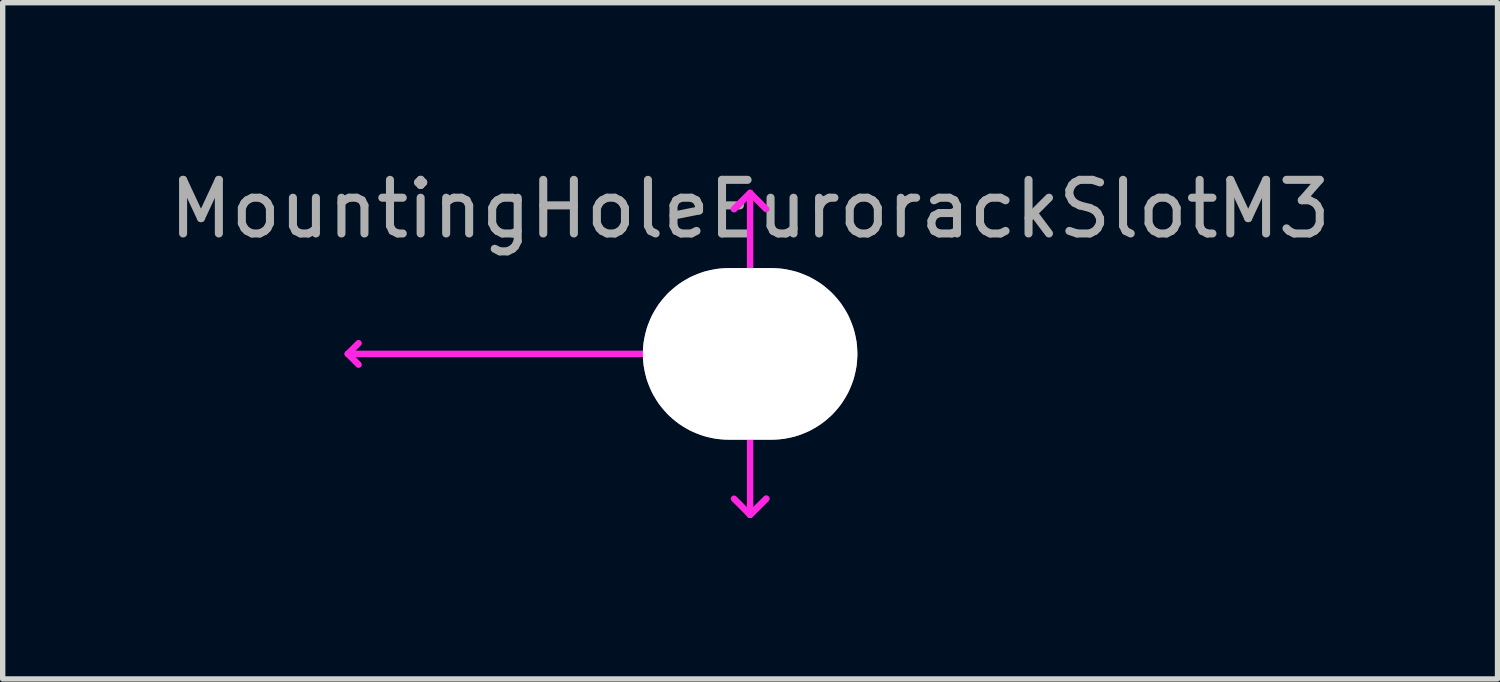
<source format=kicad_pcb>
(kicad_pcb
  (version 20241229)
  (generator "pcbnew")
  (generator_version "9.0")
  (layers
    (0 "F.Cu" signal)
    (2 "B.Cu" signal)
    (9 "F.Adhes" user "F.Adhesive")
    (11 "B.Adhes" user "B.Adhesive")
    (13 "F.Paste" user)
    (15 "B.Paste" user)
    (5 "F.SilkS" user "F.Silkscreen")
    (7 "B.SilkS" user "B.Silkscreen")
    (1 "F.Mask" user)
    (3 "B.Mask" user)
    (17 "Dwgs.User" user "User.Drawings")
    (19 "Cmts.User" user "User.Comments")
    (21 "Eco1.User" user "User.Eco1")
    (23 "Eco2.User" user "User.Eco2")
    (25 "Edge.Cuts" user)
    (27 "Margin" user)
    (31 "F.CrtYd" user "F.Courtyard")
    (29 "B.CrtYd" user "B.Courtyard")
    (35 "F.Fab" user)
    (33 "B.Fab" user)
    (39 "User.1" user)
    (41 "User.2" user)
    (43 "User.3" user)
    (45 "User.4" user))
  (footprint "MountingHoleEurorackSlotM3"
    (layer "F.Cu")
    (at 10.935 3.548)
    (property "Reference" "MountingHoleEurorackSlotM3" (at 0 -2.7 0) (layer "F.Fab") (effects (font (size 1 1) (thickness 0.15))))
    (attr exclude_from_pos_files exclude_from_bom)
    (fp_line (start -7.5 0) (end -7.3 -0.2) (stroke (width 0.12) (type solid)) (layer "F.CrtYd"))
    (fp_line (start -7.5 0) (end -7.3 0.2) (stroke (width 0.12) (type solid)) (layer "F.CrtYd"))
    (fp_line (start -0.3 -2.7) (end 0 -3) (stroke (width 0.12) (type solid)) (layer "F.CrtYd"))
    (fp_line (start 0 -3) (end -0.3 -2.7) (stroke (width 0.12) (type solid)) (layer "F.CrtYd"))
    (fp_line (start 0 -3) (end 0.3 -2.7) (stroke (width 0.12) (type solid)) (layer "F.CrtYd"))
    (fp_line (start 0 0) (end -7.5 0) (stroke (width 0.12) (type solid)) (layer "F.CrtYd"))
    (fp_line (start 0 0) (end 0 -3) (stroke (width 0.12) (type solid)) (layer "F.CrtYd"))
    (fp_line (start 0 0) (end 0 3) (stroke (width 0.12) (type solid)) (layer "F.CrtYd"))
    (fp_line (start 0 3) (end -0.3 2.7) (stroke (width 0.12) (type solid)) (layer "F.CrtYd"))
    (fp_line (start 0 3) (end 0.3 2.7) (stroke (width 0.12) (type solid)) (layer "F.CrtYd"))
    (fp_line (start 0.3 2.7) (end 0 3) (stroke (width 0.12) (type solid)) (layer "F.CrtYd"))
    (pad "" np_thru_hole roundrect (at 0 0) (size 4 3.2) (drill oval 4 3.2) (layers "*.Cu" "*.Mask") (roundrect_rratio 0.5)))
  (gr_rect
    (start -3 -3)
    (end 24.869 9.608)
    (stroke (width 0.1) (type default))
    (fill no)
    (layer "Edge.Cuts")))
</source>
